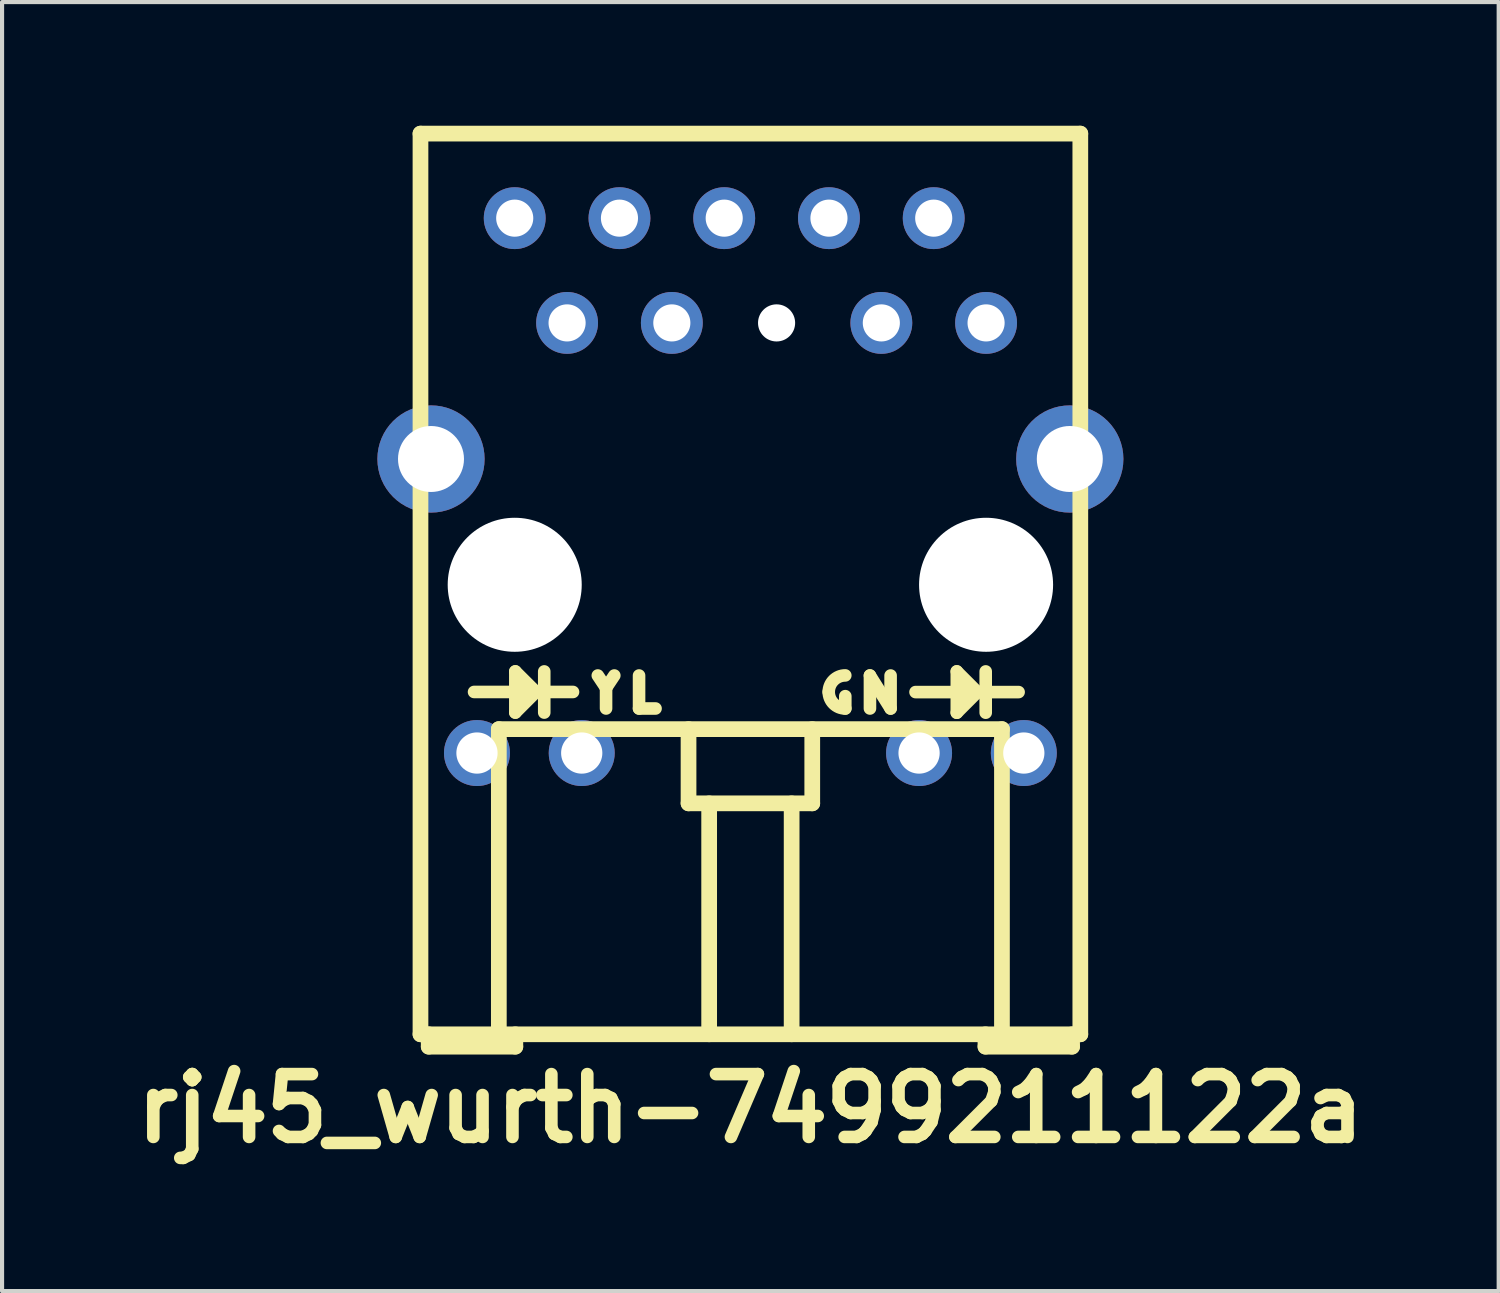
<source format=kicad_pcb>
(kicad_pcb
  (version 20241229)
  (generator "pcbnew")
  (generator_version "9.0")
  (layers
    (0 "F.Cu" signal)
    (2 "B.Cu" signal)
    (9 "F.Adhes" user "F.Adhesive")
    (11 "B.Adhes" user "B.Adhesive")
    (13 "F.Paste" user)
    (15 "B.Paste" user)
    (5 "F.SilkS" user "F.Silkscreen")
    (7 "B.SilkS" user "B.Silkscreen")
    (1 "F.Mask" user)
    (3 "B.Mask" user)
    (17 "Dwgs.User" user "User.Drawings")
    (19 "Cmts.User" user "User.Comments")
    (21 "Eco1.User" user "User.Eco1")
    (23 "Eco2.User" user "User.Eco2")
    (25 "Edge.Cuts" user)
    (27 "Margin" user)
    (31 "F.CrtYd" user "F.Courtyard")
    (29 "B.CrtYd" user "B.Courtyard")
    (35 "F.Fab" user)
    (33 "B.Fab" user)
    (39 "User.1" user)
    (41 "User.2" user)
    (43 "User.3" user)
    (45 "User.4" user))
  (footprint "rj45_wurth-7499211122a"
    (layer "F.Cu")
    (at 15.146 11.13)
    (property "Reference" "rj45_wurth-7499211122a" (at 0 12.7 0) (layer "F.SilkS") (effects (font (size 1.524 1.524) (thickness 0.305))))
    (attr through_hole)
    (fp_line (start -8 -10.94) (end 8 -10.94) (stroke (width 0.381) (type solid)) (layer "F.SilkS"))
    (fp_line (start -8 10.9) (end -8 -10.94) (stroke (width 0.381) (type solid)) (layer "F.SilkS"))
    (fp_line (start -7.8 11.2) (end -7.8 10.9) (stroke (width 0.381) (type solid)) (layer "F.SilkS"))
    (fp_line (start -7.8 11.2) (end -5.7 11.2) (stroke (width 0.381) (type solid)) (layer "F.SilkS"))
    (fp_line (start -6.701 2.599) (end -4.301 2.599) (stroke (width 0.305) (type solid)) (layer "F.SilkS"))
    (fp_line (start -6.1 3.5) (end 6.1 3.5) (stroke (width 0.381) (type solid)) (layer "F.SilkS"))
    (fp_line (start -6.1 10.9) (end -6.1 3.5) (stroke (width 0.381) (type solid)) (layer "F.SilkS"))
    (fp_line (start -5.7 2.101) (end -5.7 3.099) (stroke (width 0.305) (type solid)) (layer "F.SilkS"))
    (fp_line (start -5.7 3.099) (end -5.2 2.599) (stroke (width 0.305) (type solid)) (layer "F.SilkS"))
    (fp_line (start -5.7 11.2) (end -5.7 10.9) (stroke (width 0.381) (type solid)) (layer "F.SilkS"))
    (fp_line (start -5.2 2.599) (end -5.7 2.101) (stroke (width 0.305) (type solid)) (layer "F.SilkS"))
    (fp_line (start -4.999 2.101) (end -4.999 3.099) (stroke (width 0.305) (type solid)) (layer "F.SilkS"))
    (fp_line (start -3.7 2.2) (end -3.5 2.5) (stroke (width 0.305) (type solid)) (layer "F.SilkS"))
    (fp_line (start -3.5 2.5) (end -3.5 3) (stroke (width 0.305) (type solid)) (layer "F.SilkS"))
    (fp_line (start -3.5 2.5) (end -3.3 2.2) (stroke (width 0.305) (type solid)) (layer "F.SilkS"))
    (fp_line (start -2.7 2.2) (end -2.7 3) (stroke (width 0.305) (type solid)) (layer "F.SilkS"))
    (fp_line (start -2.7 3) (end -2.3 3) (stroke (width 0.305) (type solid)) (layer "F.SilkS"))
    (fp_line (start -1.5 5.3) (end -1.5 3.5) (stroke (width 0.381) (type solid)) (layer "F.SilkS"))
    (fp_line (start -1 10.9) (end -1 5.3) (stroke (width 0.381) (type solid)) (layer "F.SilkS"))
    (fp_line (start 1 5.3) (end 1 10.9) (stroke (width 0.381) (type solid)) (layer "F.SilkS"))
    (fp_line (start 1.5 3.5) (end 1.5 5.3) (stroke (width 0.381) (type solid)) (layer "F.SilkS"))
    (fp_line (start 1.5 5.3) (end -1.5 5.3) (stroke (width 0.381) (type solid)) (layer "F.SilkS"))
    (fp_line (start 2.301 3) (end 2.301 2.701) (stroke (width 0.305) (type solid)) (layer "F.SilkS"))
    (fp_line (start 2.899 2.2) (end 3.4 3) (stroke (width 0.305) (type solid)) (layer "F.SilkS"))
    (fp_line (start 2.899 3) (end 2.899 2.2) (stroke (width 0.305) (type solid)) (layer "F.SilkS"))
    (fp_line (start 3.4 3) (end 3.4 2.2) (stroke (width 0.305) (type solid)) (layer "F.SilkS"))
    (fp_line (start 4.004 2.602) (end 6.504 2.602) (stroke (width 0.305) (type solid)) (layer "F.SilkS"))
    (fp_line (start 5.005 2.101) (end 5.505 2.602) (stroke (width 0.305) (type solid)) (layer "F.SilkS"))
    (fp_line (start 5.005 3.102) (end 5.005 2.101) (stroke (width 0.305) (type solid)) (layer "F.SilkS"))
    (fp_line (start 5.505 2.602) (end 5.005 3.102) (stroke (width 0.305) (type solid)) (layer "F.SilkS"))
    (fp_line (start 5.7 11.2) (end 5.7 10.9) (stroke (width 0.381) (type solid)) (layer "F.SilkS"))
    (fp_line (start 5.7 11.2) (end 7.8 11.2) (stroke (width 0.381) (type solid)) (layer "F.SilkS"))
    (fp_line (start 5.706 2.101) (end 5.706 3.102) (stroke (width 0.305) (type solid)) (layer "F.SilkS"))
    (fp_line (start 6.1 3.5) (end 6.1 10.9) (stroke (width 0.381) (type solid)) (layer "F.SilkS"))
    (fp_line (start 7.8 11.2) (end 7.8 10.9) (stroke (width 0.381) (type solid)) (layer "F.SilkS"))
    (fp_line (start 8 -10.94) (end 8 10.9) (stroke (width 0.381) (type solid)) (layer "F.SilkS"))
    (fp_line (start 8 10.9) (end -8 10.9) (stroke (width 0.381) (type solid)) (layer "F.SilkS"))
    (fp_arc (start 1.89964 2.59902) (mid 2.017184 2.315244) (end 2.30096 2.1977) (stroke (width 0.3048) (type solid)) (layer "F.SilkS"))
    (fp_arc (start 2.30096 3.00034) (mid 2.017184 2.882796) (end 1.89964 2.59902) (stroke (width 0.3048) (type solid)) (layer "F.SilkS"))
    (pad "" np_thru_hole circle (at -5.715 0) (size 3.25 3.25) (drill 3.25) (layers "*.Cu"))
    (pad "" np_thru_hole circle (at 0.635 -6.35) (size 0.9 0.9) (drill 0.9) (layers "*.Cu"))
    (pad "" np_thru_hole circle (at 5.715 0) (size 3.25 3.25) (drill 3.25) (layers "*.Cu"))
    (pad "1" thru_hole circle (at -5.715 -8.89) (size 1.5 1.5) (drill 0.9) (layers "*.Cu" "*.Mask"))
    (pad "2" thru_hole circle (at -4.445 -6.35) (size 1.5 1.5) (drill 0.9) (layers "*.Cu" "*.Mask"))
    (pad "3" thru_hole circle (at -3.175 -8.89) (size 1.5 1.5) (drill 0.9) (layers "*.Cu" "*.Mask"))
    (pad "4" thru_hole circle (at -1.905 -6.35) (size 1.5 1.5) (drill 0.9) (layers "*.Cu" "*.Mask"))
    (pad "5" thru_hole circle (at -0.635 -8.89) (size 1.5 1.5) (drill 0.9) (layers "*.Cu" "*.Mask"))
    (pad "7" thru_hole circle (at 1.905 -8.89) (size 1.5 1.5) (drill 0.9) (layers "*.Cu" "*.Mask"))
    (pad "8" thru_hole circle (at 3.175 -6.35) (size 1.5 1.5) (drill 0.9) (layers "*.Cu" "*.Mask"))
    (pad "9" thru_hole circle (at 4.445 -8.89) (size 1.5 1.5) (drill 0.9) (layers "*.Cu" "*.Mask"))
    (pad "10" thru_hole circle (at 5.715 -6.35) (size 1.5 1.5) (drill 0.9) (layers "*.Cu" "*.Mask"))
    (pad "11" thru_hole circle (at -6.63 4.08) (size 1.6 1.6) (drill 1) (layers "*.Cu" "*.Mask"))
    (pad "12" thru_hole circle (at -4.09 4.08) (size 1.6 1.6) (drill 1) (layers "*.Cu" "*.Mask"))
    (pad "13" thru_hole circle (at 4.09 4.08) (size 1.6 1.6) (drill 1) (layers "*.Cu" "*.Mask"))
    (pad "14" thru_hole circle (at 6.63 4.08) (size 1.6 1.6) (drill 1) (layers "*.Cu" "*.Mask"))
    (pad "15" thru_hole circle (at -7.745 -3.05) (size 2.6 2.6) (drill 1.6) (layers "*.Cu" "*.Mask"))
    (pad "15" thru_hole circle (at 7.745 -3.05) (size 2.6 2.6) (drill 1.6) (layers "*.Cu" "*.Mask")))
  (gr_rect
    (start -3 -3)
    (end 33.291 28.257)
    (stroke (width 0.1) (type default))
    (fill no)
    (layer "Edge.Cuts")))
</source>
